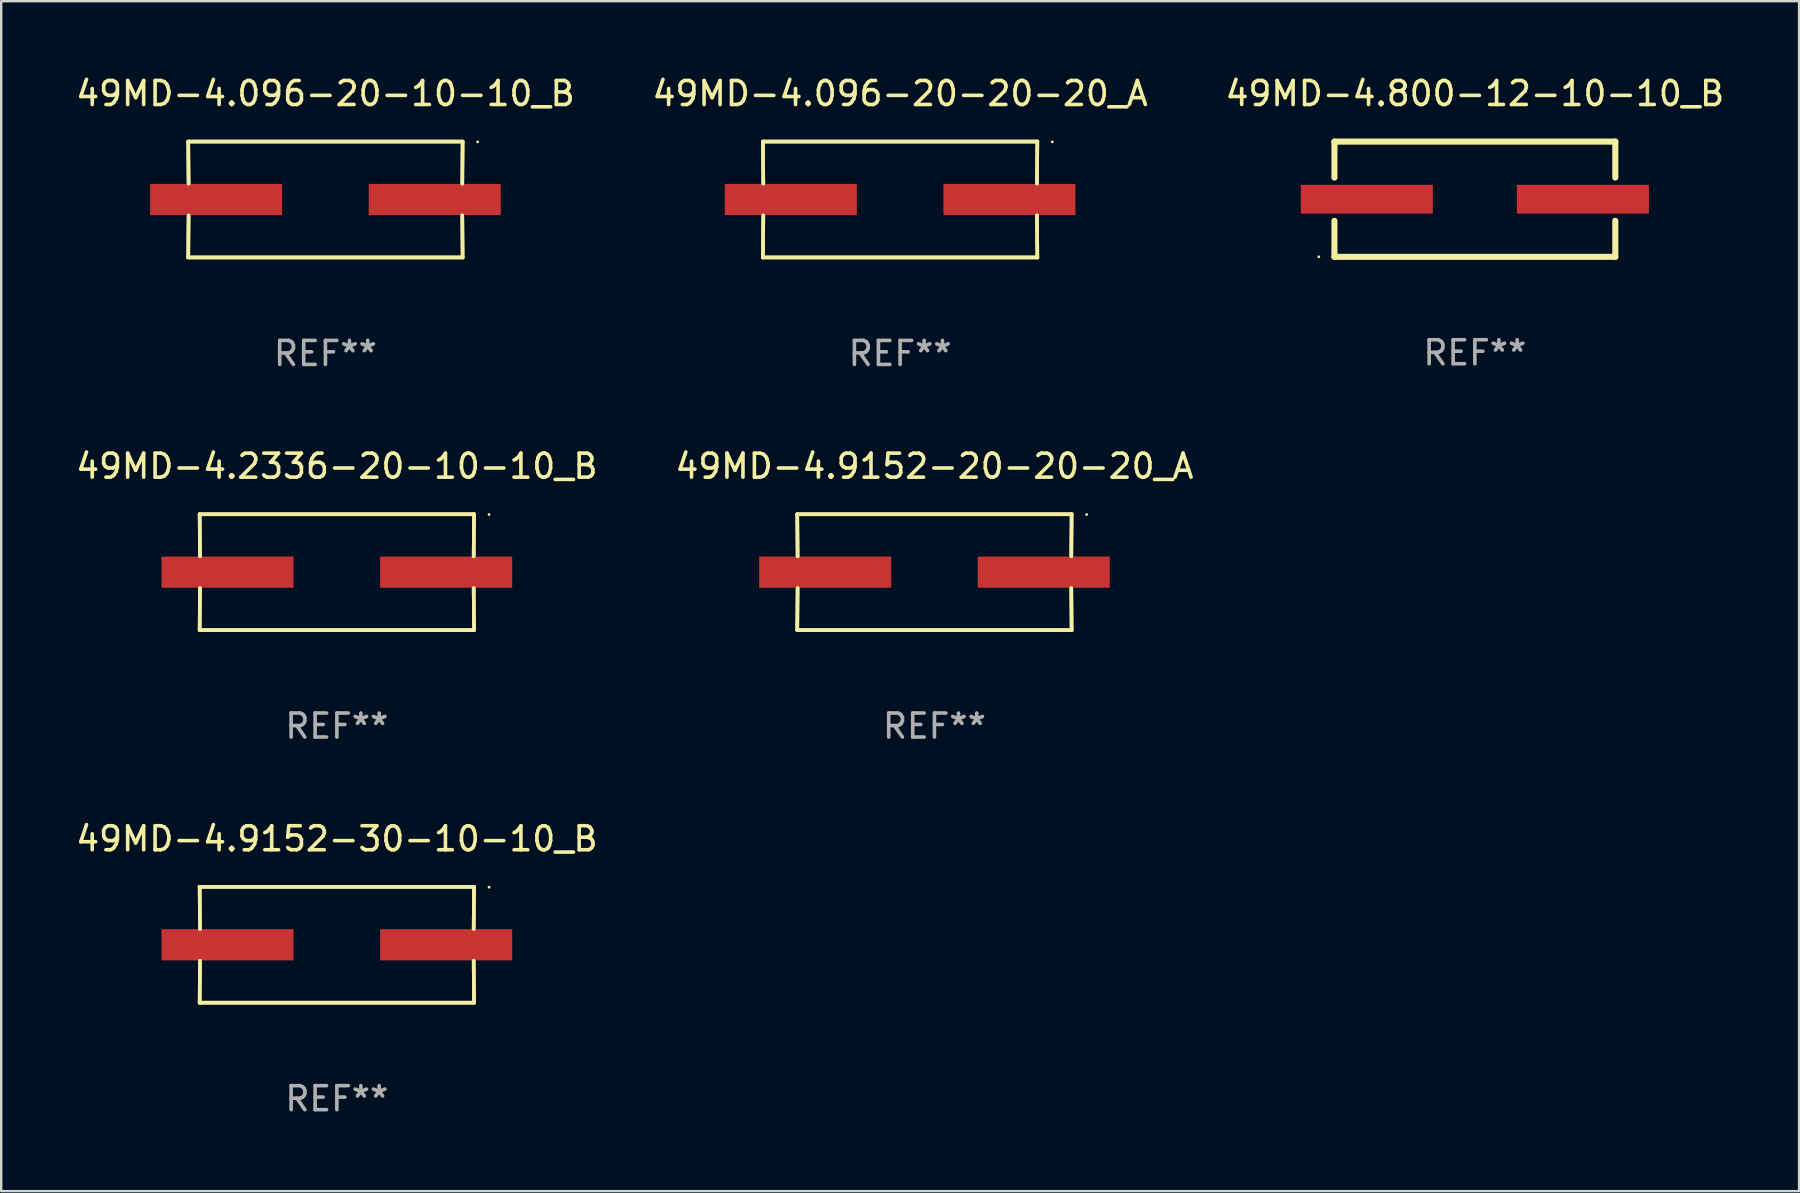
<source format=kicad_pcb>
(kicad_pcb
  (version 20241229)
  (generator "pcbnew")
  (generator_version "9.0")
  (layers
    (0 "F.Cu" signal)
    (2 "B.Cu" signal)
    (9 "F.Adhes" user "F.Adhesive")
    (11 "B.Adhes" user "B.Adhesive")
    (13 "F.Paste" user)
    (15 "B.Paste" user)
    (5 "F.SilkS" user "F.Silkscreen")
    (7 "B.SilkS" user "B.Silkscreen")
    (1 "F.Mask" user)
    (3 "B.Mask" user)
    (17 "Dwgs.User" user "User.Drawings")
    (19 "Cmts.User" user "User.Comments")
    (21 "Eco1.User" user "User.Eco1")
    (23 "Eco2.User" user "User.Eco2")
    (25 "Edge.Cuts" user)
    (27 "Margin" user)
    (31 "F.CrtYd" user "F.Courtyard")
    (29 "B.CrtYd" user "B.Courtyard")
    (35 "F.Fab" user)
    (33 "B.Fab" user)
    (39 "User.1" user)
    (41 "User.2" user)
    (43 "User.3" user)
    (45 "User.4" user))
  (footprint "49MD-4.9152-30-10-10_B"
    (layer "F.Cu")
    (at 10.982 36.306)
    (property "Reference" "49MD-4.9152-30-10-10_B" (at 0 -4.413 0) (layer "F.SilkS") (effects (font (size 1 1) (thickness 0.15))))
    (attr through_hole)
    (fp_line (start -5.715 -2.413) (end -5.7 -0.662) (stroke (width 0.152) (type solid)) (layer "F.SilkS"))
    (fp_line (start -5.715 -2.413) (end -5.7 -0.662) (stroke (width 0.152) (type solid)) (layer "F.SilkS"))
    (fp_line (start -5.715 2.413) (end 5.715 2.413) (stroke (width 0.152) (type solid)) (layer "F.SilkS"))
    (fp_line (start -5.715 2.413) (end 5.715 2.413) (stroke (width 0.152) (type solid)) (layer "F.SilkS"))
    (fp_line (start -5.7 0.662) (end -5.715 2.413) (stroke (width 0.152) (type solid)) (layer "F.SilkS"))
    (fp_line (start -5.7 0.662) (end -5.715 2.413) (stroke (width 0.152) (type solid)) (layer "F.SilkS"))
    (fp_line (start 5.7 -0.662) (end 5.715 -2.413) (stroke (width 0.152) (type solid)) (layer "F.SilkS"))
    (fp_line (start 5.7 -0.662) (end 5.715 -2.413) (stroke (width 0.152) (type solid)) (layer "F.SilkS"))
    (fp_line (start 5.715 -2.413) (end -5.715 -2.413) (stroke (width 0.152) (type solid)) (layer "F.SilkS"))
    (fp_line (start 5.715 -2.413) (end -5.715 -2.413) (stroke (width 0.152) (type solid)) (layer "F.SilkS"))
    (fp_line (start 5.715 2.413) (end 5.7 0.662) (stroke (width 0.152) (type solid)) (layer "F.SilkS"))
    (fp_line (start 5.715 2.413) (end 5.7 0.662) (stroke (width 0.152) (type solid)) (layer "F.SilkS"))
    (fp_circle (center 6.34 -2.4) (end 6.37 -2.4) (stroke (width 0.06) (type solid)) (fill no) (layer "F.SilkS"))
    (fp_text user "REF**" (at 0 6.413 0) (layer "F.Fab") (effects (font (size 1 1) (thickness 0.15))))
    (pad "1" smd rect (at 4.553 0) (size 5.5 1.3) (layers "F.Cu" "F.Mask" "F.Paste"))
    (pad "2" smd rect (at -4.553 0) (size 5.5 1.3) (layers "F.Cu" "F.Mask" "F.Paste")))
  (footprint "49MD-4.096-20-10-10_B"
    (layer "F.Cu")
    (at 10.506 5.261)
    (property "Reference" "49MD-4.096-20-10-10_B" (at 0 -4.413 0) (layer "F.SilkS") (effects (font (size 1 1) (thickness 0.15))))
    (attr through_hole)
    (fp_line (start -5.715 -2.413) (end -5.7 -0.662) (stroke (width 0.152) (type solid)) (layer "F.SilkS"))
    (fp_line (start -5.715 -2.413) (end -5.7 -0.662) (stroke (width 0.152) (type solid)) (layer "F.SilkS"))
    (fp_line (start -5.715 2.413) (end 5.715 2.413) (stroke (width 0.152) (type solid)) (layer "F.SilkS"))
    (fp_line (start -5.715 2.413) (end 5.715 2.413) (stroke (width 0.152) (type solid)) (layer "F.SilkS"))
    (fp_line (start -5.7 0.662) (end -5.715 2.413) (stroke (width 0.152) (type solid)) (layer "F.SilkS"))
    (fp_line (start -5.7 0.662) (end -5.715 2.413) (stroke (width 0.152) (type solid)) (layer "F.SilkS"))
    (fp_line (start 5.7 -0.662) (end 5.715 -2.413) (stroke (width 0.152) (type solid)) (layer "F.SilkS"))
    (fp_line (start 5.7 -0.662) (end 5.715 -2.413) (stroke (width 0.152) (type solid)) (layer "F.SilkS"))
    (fp_line (start 5.715 -2.413) (end -5.715 -2.413) (stroke (width 0.152) (type solid)) (layer "F.SilkS"))
    (fp_line (start 5.715 -2.413) (end -5.715 -2.413) (stroke (width 0.152) (type solid)) (layer "F.SilkS"))
    (fp_line (start 5.715 2.413) (end 5.7 0.662) (stroke (width 0.152) (type solid)) (layer "F.SilkS"))
    (fp_line (start 5.715 2.413) (end 5.7 0.662) (stroke (width 0.152) (type solid)) (layer "F.SilkS"))
    (fp_circle (center 6.34 -2.4) (end 6.37 -2.4) (stroke (width 0.06) (type solid)) (fill no) (layer "F.SilkS"))
    (fp_text user "REF**" (at 0 6.413 0) (layer "F.Fab") (effects (font (size 1 1) (thickness 0.15))))
    (pad "1" smd rect (at 4.553 0) (size 5.5 1.3) (layers "F.Cu" "F.Mask" "F.Paste"))
    (pad "2" smd rect (at -4.553 0) (size 5.5 1.3) (layers "F.Cu" "F.Mask" "F.Paste")))
  (footprint "49MD-4.800-12-10-10_B"
    (layer "F.Cu")
    (at 58.387 5.248)
    (property "Reference" "49MD-4.800-12-10-10_B" (at 0 -4.4 0) (layer "F.SilkS") (effects (font (size 1 1) (thickness 0.15))))
    (attr through_hole)
    (fp_line (start -5.85 -2.4) (end 5.85 -2.4) (stroke (width 0.254) (type solid)) (layer "F.SilkS"))
    (fp_line (start -5.85 -2.4) (end -5.85 -0.9) (stroke (width 0.254) (type solid)) (layer "F.SilkS"))
    (fp_line (start -5.85 2.4) (end 5.85 2.4) (stroke (width 0.254) (type solid)) (layer "F.SilkS"))
    (fp_line (start -5.85 0.9) (end -5.85 2.4) (stroke (width 0.254) (type solid)) (layer "F.SilkS"))
    (fp_line (start 5.85 -2.4) (end 5.85 -0.9) (stroke (width 0.254) (type solid)) (layer "F.SilkS"))
    (fp_line (start 5.85 0.9) (end 5.85 2.4) (stroke (width 0.254) (type solid)) (layer "F.SilkS"))
    (fp_circle (center -6.5 2.4) (end -6.47 2.4) (stroke (width 0.06) (type solid)) (fill no) (layer "F.SilkS"))
    (fp_text user "REF**" (at 0 6.4 0) (layer "F.Fab") (effects (font (size 1 1) (thickness 0.15))))
    (pad "1" smd rect (at -4.5 -0.000025) (size 5.5 1.2) (layers "F.Cu" "F.Mask" "F.Paste"))
    (pad "2" smd rect (at 4.5 -0.000025) (size 5.5 1.2) (layers "F.Cu" "F.Mask" "F.Paste")))
  (footprint "49MD-4.096-20-20-20_A"
    (layer "F.Cu")
    (at 34.446 5.261)
    (property "Reference" "49MD-4.096-20-20-20_A" (at 0 -4.413 0) (layer "F.SilkS") (effects (font (size 1 1) (thickness 0.15))))
    (attr through_hole)
    (fp_line (start -5.715 -2.413) (end -5.7 -0.662) (stroke (width 0.152) (type solid)) (layer "F.SilkS"))
    (fp_line (start -5.715 -2.413) (end -5.7 -0.662) (stroke (width 0.152) (type solid)) (layer "F.SilkS"))
    (fp_line (start -5.715 2.413) (end 5.715 2.413) (stroke (width 0.152) (type solid)) (layer "F.SilkS"))
    (fp_line (start -5.715 2.413) (end 5.715 2.413) (stroke (width 0.152) (type solid)) (layer "F.SilkS"))
    (fp_line (start -5.7 0.662) (end -5.715 2.413) (stroke (width 0.152) (type solid)) (layer "F.SilkS"))
    (fp_line (start -5.7 0.662) (end -5.715 2.413) (stroke (width 0.152) (type solid)) (layer "F.SilkS"))
    (fp_line (start 5.7 -0.662) (end 5.715 -2.413) (stroke (width 0.152) (type solid)) (layer "F.SilkS"))
    (fp_line (start 5.7 -0.662) (end 5.715 -2.413) (stroke (width 0.152) (type solid)) (layer "F.SilkS"))
    (fp_line (start 5.715 -2.413) (end -5.715 -2.413) (stroke (width 0.152) (type solid)) (layer "F.SilkS"))
    (fp_line (start 5.715 -2.413) (end -5.715 -2.413) (stroke (width 0.152) (type solid)) (layer "F.SilkS"))
    (fp_line (start 5.715 2.413) (end 5.7 0.662) (stroke (width 0.152) (type solid)) (layer "F.SilkS"))
    (fp_line (start 5.715 2.413) (end 5.7 0.662) (stroke (width 0.152) (type solid)) (layer "F.SilkS"))
    (fp_circle (center 6.34 -2.4) (end 6.37 -2.4) (stroke (width 0.06) (type solid)) (fill no) (layer "F.SilkS"))
    (fp_text user "REF**" (at 0 6.413 0) (layer "F.Fab") (effects (font (size 1 1) (thickness 0.15))))
    (pad "1" smd rect (at 4.553 0) (size 5.5 1.3) (layers "F.Cu" "F.Mask" "F.Paste"))
    (pad "2" smd rect (at -4.553 0) (size 5.5 1.3) (layers "F.Cu" "F.Mask" "F.Paste")))
  (footprint "49MD-4.9152-20-20-20_A"
    (layer "F.Cu")
    (at 35.875 20.784)
    (property "Reference" "49MD-4.9152-20-20-20_A" (at 0 -4.413 0) (layer "F.SilkS") (effects (font (size 1 1) (thickness 0.15))))
    (attr through_hole)
    (fp_line (start -5.715 -2.413) (end -5.7 -0.662) (stroke (width 0.152) (type solid)) (layer "F.SilkS"))
    (fp_line (start -5.715 -2.413) (end -5.7 -0.662) (stroke (width 0.152) (type solid)) (layer "F.SilkS"))
    (fp_line (start -5.715 2.413) (end 5.715 2.413) (stroke (width 0.152) (type solid)) (layer "F.SilkS"))
    (fp_line (start -5.715 2.413) (end 5.715 2.413) (stroke (width 0.152) (type solid)) (layer "F.SilkS"))
    (fp_line (start -5.7 0.662) (end -5.715 2.413) (stroke (width 0.152) (type solid)) (layer "F.SilkS"))
    (fp_line (start -5.7 0.662) (end -5.715 2.413) (stroke (width 0.152) (type solid)) (layer "F.SilkS"))
    (fp_line (start 5.7 -0.662) (end 5.715 -2.413) (stroke (width 0.152) (type solid)) (layer "F.SilkS"))
    (fp_line (start 5.7 -0.662) (end 5.715 -2.413) (stroke (width 0.152) (type solid)) (layer "F.SilkS"))
    (fp_line (start 5.715 -2.413) (end -5.715 -2.413) (stroke (width 0.152) (type solid)) (layer "F.SilkS"))
    (fp_line (start 5.715 -2.413) (end -5.715 -2.413) (stroke (width 0.152) (type solid)) (layer "F.SilkS"))
    (fp_line (start 5.715 2.413) (end 5.7 0.662) (stroke (width 0.152) (type solid)) (layer "F.SilkS"))
    (fp_line (start 5.715 2.413) (end 5.7 0.662) (stroke (width 0.152) (type solid)) (layer "F.SilkS"))
    (fp_circle (center 6.34 -2.4) (end 6.37 -2.4) (stroke (width 0.06) (type solid)) (fill no) (layer "F.SilkS"))
    (fp_text user "REF**" (at 0 6.413 0) (layer "F.Fab") (effects (font (size 1 1) (thickness 0.15))))
    (pad "1" smd rect (at 4.553 0) (size 5.5 1.3) (layers "F.Cu" "F.Mask" "F.Paste"))
    (pad "2" smd rect (at -4.553 0) (size 5.5 1.3) (layers "F.Cu" "F.Mask" "F.Paste")))
  (footprint "49MD-4.2336-20-10-10_B"
    (layer "F.Cu")
    (at 10.982 20.784)
    (property "Reference" "49MD-4.2336-20-10-10_B" (at 0 -4.413 0) (layer "F.SilkS") (effects (font (size 1 1) (thickness 0.15))))
    (attr through_hole)
    (fp_line (start -5.715 -2.413) (end -5.7 -0.662) (stroke (width 0.152) (type solid)) (layer "F.SilkS"))
    (fp_line (start -5.715 -2.413) (end -5.7 -0.662) (stroke (width 0.152) (type solid)) (layer "F.SilkS"))
    (fp_line (start -5.715 2.413) (end 5.715 2.413) (stroke (width 0.152) (type solid)) (layer "F.SilkS"))
    (fp_line (start -5.715 2.413) (end 5.715 2.413) (stroke (width 0.152) (type solid)) (layer "F.SilkS"))
    (fp_line (start -5.7 0.662) (end -5.715 2.413) (stroke (width 0.152) (type solid)) (layer "F.SilkS"))
    (fp_line (start -5.7 0.662) (end -5.715 2.413) (stroke (width 0.152) (type solid)) (layer "F.SilkS"))
    (fp_line (start 5.7 -0.662) (end 5.715 -2.413) (stroke (width 0.152) (type solid)) (layer "F.SilkS"))
    (fp_line (start 5.7 -0.662) (end 5.715 -2.413) (stroke (width 0.152) (type solid)) (layer "F.SilkS"))
    (fp_line (start 5.715 -2.413) (end -5.715 -2.413) (stroke (width 0.152) (type solid)) (layer "F.SilkS"))
    (fp_line (start 5.715 -2.413) (end -5.715 -2.413) (stroke (width 0.152) (type solid)) (layer "F.SilkS"))
    (fp_line (start 5.715 2.413) (end 5.7 0.662) (stroke (width 0.152) (type solid)) (layer "F.SilkS"))
    (fp_line (start 5.715 2.413) (end 5.7 0.662) (stroke (width 0.152) (type solid)) (layer "F.SilkS"))
    (fp_circle (center 6.34 -2.4) (end 6.37 -2.4) (stroke (width 0.06) (type solid)) (fill no) (layer "F.SilkS"))
    (fp_text user "REF**" (at 0 6.413 0) (layer "F.Fab") (effects (font (size 1 1) (thickness 0.15))))
    (pad "1" smd rect (at 4.553 0) (size 5.5 1.3) (layers "F.Cu" "F.Mask" "F.Paste"))
    (pad "2" smd rect (at -4.553 0) (size 5.5 1.3) (layers "F.Cu" "F.Mask" "F.Paste")))
  (gr_rect
    (start -3 -3)
    (end 71.893 46.568)
    (stroke (width 0.1) (type default))
    (fill no)
    (layer "Edge.Cuts")))
</source>
